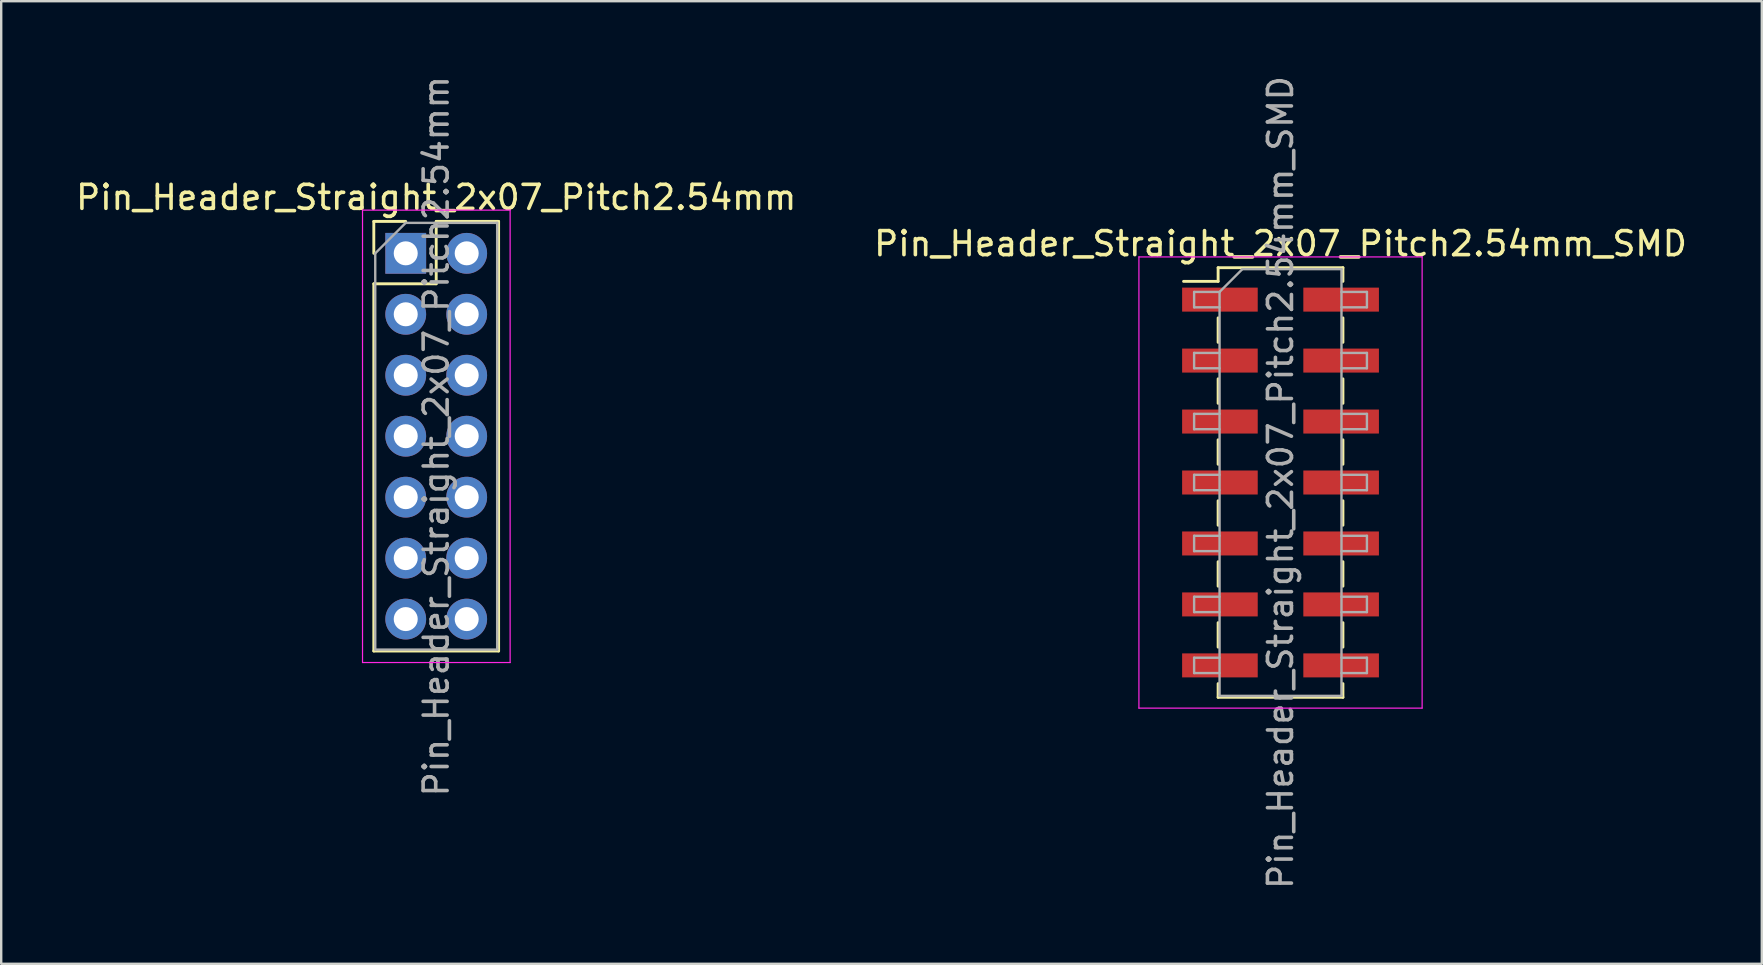
<source format=kicad_pcb>
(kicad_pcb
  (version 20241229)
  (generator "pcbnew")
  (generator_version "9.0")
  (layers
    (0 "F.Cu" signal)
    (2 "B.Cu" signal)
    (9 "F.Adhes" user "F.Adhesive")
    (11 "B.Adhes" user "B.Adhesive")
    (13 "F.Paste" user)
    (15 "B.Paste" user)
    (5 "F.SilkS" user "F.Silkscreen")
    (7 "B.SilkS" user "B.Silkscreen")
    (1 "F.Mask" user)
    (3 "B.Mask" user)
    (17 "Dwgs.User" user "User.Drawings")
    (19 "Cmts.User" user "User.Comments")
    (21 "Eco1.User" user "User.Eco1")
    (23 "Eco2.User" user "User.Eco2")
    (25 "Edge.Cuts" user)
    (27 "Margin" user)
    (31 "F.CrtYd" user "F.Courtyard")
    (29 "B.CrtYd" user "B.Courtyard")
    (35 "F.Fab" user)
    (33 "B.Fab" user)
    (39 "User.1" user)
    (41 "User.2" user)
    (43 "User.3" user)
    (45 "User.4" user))
  (footprint "Pin_Header_Straight_2x07_Pitch2.54mm"
    (layer "F.Cu")
    (at 13.855 7.505)
    (property "Reference" "Pin_Header_Straight_2x07_Pitch2.54mm" (at 1.27 -2.33 0) (layer "F.SilkS") (effects (font (size 1 1) (thickness 0.15))))
    (attr through_hole)
    (fp_line (start -1.33 -1.33) (end 0 -1.33) (stroke (width 0.12) (type solid)) (layer "F.SilkS"))
    (fp_line (start -1.33 0) (end -1.33 -1.33) (stroke (width 0.12) (type solid)) (layer "F.SilkS"))
    (fp_line (start -1.33 1.27) (end -1.33 16.57) (stroke (width 0.12) (type solid)) (layer "F.SilkS"))
    (fp_line (start -1.33 1.27) (end 1.27 1.27) (stroke (width 0.12) (type solid)) (layer "F.SilkS"))
    (fp_line (start -1.33 16.57) (end 3.87 16.57) (stroke (width 0.12) (type solid)) (layer "F.SilkS"))
    (fp_line (start 1.27 -1.33) (end 3.87 -1.33) (stroke (width 0.12) (type solid)) (layer "F.SilkS"))
    (fp_line (start 1.27 1.27) (end 1.27 -1.33) (stroke (width 0.12) (type solid)) (layer "F.SilkS"))
    (fp_line (start 3.87 -1.33) (end 3.87 16.57) (stroke (width 0.12) (type solid)) (layer "F.SilkS"))
    (fp_line (start -1.8 -1.8) (end -1.8 17.05) (stroke (width 0.05) (type solid)) (layer "F.CrtYd"))
    (fp_line (start -1.8 17.05) (end 4.35 17.05) (stroke (width 0.05) (type solid)) (layer "F.CrtYd"))
    (fp_line (start 4.35 -1.8) (end -1.8 -1.8) (stroke (width 0.05) (type solid)) (layer "F.CrtYd"))
    (fp_line (start 4.35 17.05) (end 4.35 -1.8) (stroke (width 0.05) (type solid)) (layer "F.CrtYd"))
    (fp_line (start -1.27 0) (end 0 -1.27) (stroke (width 0.1) (type solid)) (layer "F.Fab"))
    (fp_line (start -1.27 16.51) (end -1.27 0) (stroke (width 0.1) (type solid)) (layer "F.Fab"))
    (fp_line (start 0 -1.27) (end 3.81 -1.27) (stroke (width 0.1) (type solid)) (layer "F.Fab"))
    (fp_line (start 3.81 -1.27) (end 3.81 16.51) (stroke (width 0.1) (type solid)) (layer "F.Fab"))
    (fp_line (start 3.81 16.51) (end -1.27 16.51) (stroke (width 0.1) (type solid)) (layer "F.Fab"))
    (fp_text user "${REFERENCE}" (at 1.27 7.62 90) (layer "F.Fab") (effects (font (size 1 1) (thickness 0.15))))
    (pad "1" thru_hole rect (at 0 0) (size 1.7 1.7) (drill 1) (layers "*.Cu" "*.Mask"))
    (pad "2" thru_hole oval (at 2.54 0) (size 1.7 1.7) (drill 1) (layers "*.Cu" "*.Mask"))
    (pad "3" thru_hole oval (at 0 2.54) (size 1.7 1.7) (drill 1) (layers "*.Cu" "*.Mask"))
    (pad "4" thru_hole oval (at 2.54 2.54) (size 1.7 1.7) (drill 1) (layers "*.Cu" "*.Mask"))
    (pad "5" thru_hole oval (at 0 5.08) (size 1.7 1.7) (drill 1) (layers "*.Cu" "*.Mask"))
    (pad "6" thru_hole oval (at 2.54 5.08) (size 1.7 1.7) (drill 1) (layers "*.Cu" "*.Mask"))
    (pad "7" thru_hole oval (at 0 7.62) (size 1.7 1.7) (drill 1) (layers "*.Cu" "*.Mask"))
    (pad "8" thru_hole oval (at 2.54 7.62) (size 1.7 1.7) (drill 1) (layers "*.Cu" "*.Mask"))
    (pad "9" thru_hole oval (at 0 10.16) (size 1.7 1.7) (drill 1) (layers "*.Cu" "*.Mask"))
    (pad "10" thru_hole oval (at 2.54 10.16) (size 1.7 1.7) (drill 1) (layers "*.Cu" "*.Mask"))
    (pad "11" thru_hole oval (at 0 12.7) (size 1.7 1.7) (drill 1) (layers "*.Cu" "*.Mask"))
    (pad "12" thru_hole oval (at 2.54 12.7) (size 1.7 1.7) (drill 1) (layers "*.Cu" "*.Mask"))
    (pad "13" thru_hole oval (at 0 15.24) (size 1.7 1.7) (drill 1) (layers "*.Cu" "*.Mask"))
    (pad "14" thru_hole oval (at 2.54 15.24) (size 1.7 1.7) (drill 1) (layers "*.Cu" "*.Mask")))
  (footprint "Pin_Header_Straight_2x07_Pitch2.54mm_SMD"
    (layer "F.Cu")
    (at 50.304 17.054)
    (property "Reference" "Pin_Header_Straight_2x07_Pitch2.54mm_SMD" (at 0 -9.95 0) (layer "F.SilkS") (effects (font (size 1 1) (thickness 0.15))))
    (attr smd)
    (fp_line (start -4.04 -8.38) (end -2.6 -8.38) (stroke (width 0.12) (type solid)) (layer "F.SilkS"))
    (fp_line (start -2.6 -8.95) (end -2.6 -8.38) (stroke (width 0.12) (type solid)) (layer "F.SilkS"))
    (fp_line (start -2.6 -8.95) (end 2.6 -8.95) (stroke (width 0.12) (type solid)) (layer "F.SilkS"))
    (fp_line (start -2.6 -6.86) (end -2.6 -5.84) (stroke (width 0.12) (type solid)) (layer "F.SilkS"))
    (fp_line (start -2.6 -4.32) (end -2.6 -3.3) (stroke (width 0.12) (type solid)) (layer "F.SilkS"))
    (fp_line (start -2.6 -1.78) (end -2.6 -0.76) (stroke (width 0.12) (type solid)) (layer "F.SilkS"))
    (fp_line (start -2.6 0.76) (end -2.6 1.78) (stroke (width 0.12) (type solid)) (layer "F.SilkS"))
    (fp_line (start -2.6 3.3) (end -2.6 4.32) (stroke (width 0.12) (type solid)) (layer "F.SilkS"))
    (fp_line (start -2.6 5.84) (end -2.6 6.86) (stroke (width 0.12) (type solid)) (layer "F.SilkS"))
    (fp_line (start -2.6 8.38) (end -2.6 8.95) (stroke (width 0.12) (type solid)) (layer "F.SilkS"))
    (fp_line (start -2.6 8.95) (end 2.6 8.95) (stroke (width 0.12) (type solid)) (layer "F.SilkS"))
    (fp_line (start 2.6 -8.95) (end 2.6 -8.38) (stroke (width 0.12) (type solid)) (layer "F.SilkS"))
    (fp_line (start 2.6 -6.86) (end 2.6 -5.84) (stroke (width 0.12) (type solid)) (layer "F.SilkS"))
    (fp_line (start 2.6 -4.32) (end 2.6 -3.3) (stroke (width 0.12) (type solid)) (layer "F.SilkS"))
    (fp_line (start 2.6 -1.78) (end 2.6 -0.76) (stroke (width 0.12) (type solid)) (layer "F.SilkS"))
    (fp_line (start 2.6 0.76) (end 2.6 1.78) (stroke (width 0.12) (type solid)) (layer "F.SilkS"))
    (fp_line (start 2.6 3.3) (end 2.6 4.32) (stroke (width 0.12) (type solid)) (layer "F.SilkS"))
    (fp_line (start 2.6 5.84) (end 2.6 6.86) (stroke (width 0.12) (type solid)) (layer "F.SilkS"))
    (fp_line (start 2.6 8.38) (end 2.6 8.95) (stroke (width 0.12) (type solid)) (layer "F.SilkS"))
    (fp_line (start -5.9 -9.4) (end -5.9 9.4) (stroke (width 0.05) (type solid)) (layer "F.CrtYd"))
    (fp_line (start -5.9 9.4) (end 5.9 9.4) (stroke (width 0.05) (type solid)) (layer "F.CrtYd"))
    (fp_line (start 5.9 -9.4) (end -5.9 -9.4) (stroke (width 0.05) (type solid)) (layer "F.CrtYd"))
    (fp_line (start 5.9 9.4) (end 5.9 -9.4) (stroke (width 0.05) (type solid)) (layer "F.CrtYd"))
    (fp_line (start -3.6 -7.94) (end -3.6 -7.3) (stroke (width 0.1) (type solid)) (layer "F.Fab"))
    (fp_line (start -3.6 -7.3) (end -2.54 -7.3) (stroke (width 0.1) (type solid)) (layer "F.Fab"))
    (fp_line (start -3.6 -5.4) (end -3.6 -4.76) (stroke (width 0.1) (type solid)) (layer "F.Fab"))
    (fp_line (start -3.6 -4.76) (end -2.54 -4.76) (stroke (width 0.1) (type solid)) (layer "F.Fab"))
    (fp_line (start -3.6 -2.86) (end -3.6 -2.22) (stroke (width 0.1) (type solid)) (layer "F.Fab"))
    (fp_line (start -3.6 -2.22) (end -2.54 -2.22) (stroke (width 0.1) (type solid)) (layer "F.Fab"))
    (fp_line (start -3.6 -0.32) (end -3.6 0.32) (stroke (width 0.1) (type solid)) (layer "F.Fab"))
    (fp_line (start -3.6 0.32) (end -2.54 0.32) (stroke (width 0.1) (type solid)) (layer "F.Fab"))
    (fp_line (start -3.6 2.22) (end -3.6 2.86) (stroke (width 0.1) (type solid)) (layer "F.Fab"))
    (fp_line (start -3.6 2.86) (end -2.54 2.86) (stroke (width 0.1) (type solid)) (layer "F.Fab"))
    (fp_line (start -3.6 4.76) (end -3.6 5.4) (stroke (width 0.1) (type solid)) (layer "F.Fab"))
    (fp_line (start -3.6 5.4) (end -2.54 5.4) (stroke (width 0.1) (type solid)) (layer "F.Fab"))
    (fp_line (start -3.6 7.3) (end -3.6 7.94) (stroke (width 0.1) (type solid)) (layer "F.Fab"))
    (fp_line (start -3.6 7.94) (end -2.54 7.94) (stroke (width 0.1) (type solid)) (layer "F.Fab"))
    (fp_line (start -2.54 -7.94) (end -3.6 -7.94) (stroke (width 0.1) (type solid)) (layer "F.Fab"))
    (fp_line (start -2.54 -7.94) (end -1.59 -8.89) (stroke (width 0.1) (type solid)) (layer "F.Fab"))
    (fp_line (start -2.54 -5.4) (end -3.6 -5.4) (stroke (width 0.1) (type solid)) (layer "F.Fab"))
    (fp_line (start -2.54 -2.86) (end -3.6 -2.86) (stroke (width 0.1) (type solid)) (layer "F.Fab"))
    (fp_line (start -2.54 -0.32) (end -3.6 -0.32) (stroke (width 0.1) (type solid)) (layer "F.Fab"))
    (fp_line (start -2.54 2.22) (end -3.6 2.22) (stroke (width 0.1) (type solid)) (layer "F.Fab"))
    (fp_line (start -2.54 4.76) (end -3.6 4.76) (stroke (width 0.1) (type solid)) (layer "F.Fab"))
    (fp_line (start -2.54 7.3) (end -3.6 7.3) (stroke (width 0.1) (type solid)) (layer "F.Fab"))
    (fp_line (start -2.54 8.89) (end -2.54 -7.94) (stroke (width 0.1) (type solid)) (layer "F.Fab"))
    (fp_line (start -1.59 -8.89) (end 2.54 -8.89) (stroke (width 0.1) (type solid)) (layer "F.Fab"))
    (fp_line (start 2.54 -8.89) (end 2.54 8.89) (stroke (width 0.1) (type solid)) (layer "F.Fab"))
    (fp_line (start 2.54 -7.94) (end 3.6 -7.94) (stroke (width 0.1) (type solid)) (layer "F.Fab"))
    (fp_line (start 2.54 -5.4) (end 3.6 -5.4) (stroke (width 0.1) (type solid)) (layer "F.Fab"))
    (fp_line (start 2.54 -2.86) (end 3.6 -2.86) (stroke (width 0.1) (type solid)) (layer "F.Fab"))
    (fp_line (start 2.54 -0.32) (end 3.6 -0.32) (stroke (width 0.1) (type solid)) (layer "F.Fab"))
    (fp_line (start 2.54 2.22) (end 3.6 2.22) (stroke (width 0.1) (type solid)) (layer "F.Fab"))
    (fp_line (start 2.54 4.76) (end 3.6 4.76) (stroke (width 0.1) (type solid)) (layer "F.Fab"))
    (fp_line (start 2.54 7.3) (end 3.6 7.3) (stroke (width 0.1) (type solid)) (layer "F.Fab"))
    (fp_line (start 2.54 8.89) (end -2.54 8.89) (stroke (width 0.1) (type solid)) (layer "F.Fab"))
    (fp_line (start 3.6 -7.94) (end 3.6 -7.3) (stroke (width 0.1) (type solid)) (layer "F.Fab"))
    (fp_line (start 3.6 -7.3) (end 2.54 -7.3) (stroke (width 0.1) (type solid)) (layer "F.Fab"))
    (fp_line (start 3.6 -5.4) (end 3.6 -4.76) (stroke (width 0.1) (type solid)) (layer "F.Fab"))
    (fp_line (start 3.6 -4.76) (end 2.54 -4.76) (stroke (width 0.1) (type solid)) (layer "F.Fab"))
    (fp_line (start 3.6 -2.86) (end 3.6 -2.22) (stroke (width 0.1) (type solid)) (layer "F.Fab"))
    (fp_line (start 3.6 -2.22) (end 2.54 -2.22) (stroke (width 0.1) (type solid)) (layer "F.Fab"))
    (fp_line (start 3.6 -0.32) (end 3.6 0.32) (stroke (width 0.1) (type solid)) (layer "F.Fab"))
    (fp_line (start 3.6 0.32) (end 2.54 0.32) (stroke (width 0.1) (type solid)) (layer "F.Fab"))
    (fp_line (start 3.6 2.22) (end 3.6 2.86) (stroke (width 0.1) (type solid)) (layer "F.Fab"))
    (fp_line (start 3.6 2.86) (end 2.54 2.86) (stroke (width 0.1) (type solid)) (layer "F.Fab"))
    (fp_line (start 3.6 4.76) (end 3.6 5.4) (stroke (width 0.1) (type solid)) (layer "F.Fab"))
    (fp_line (start 3.6 5.4) (end 2.54 5.4) (stroke (width 0.1) (type solid)) (layer "F.Fab"))
    (fp_line (start 3.6 7.3) (end 3.6 7.94) (stroke (width 0.1) (type solid)) (layer "F.Fab"))
    (fp_line (start 3.6 7.94) (end 2.54 7.94) (stroke (width 0.1) (type solid)) (layer "F.Fab"))
    (fp_text user "${REFERENCE}" (at 0 0 90) (layer "F.Fab") (effects (font (size 1 1) (thickness 0.15))))
    (pad "1" smd rect (at -2.525 -7.62) (size 3.15 1) (layers "F.Cu" "F.Mask" "F.Paste"))
    (pad "2" smd rect (at 2.525 -7.62) (size 3.15 1) (layers "F.Cu" "F.Mask" "F.Paste"))
    (pad "3" smd rect (at -2.525 -5.08) (size 3.15 1) (layers "F.Cu" "F.Mask" "F.Paste"))
    (pad "4" smd rect (at 2.525 -5.08) (size 3.15 1) (layers "F.Cu" "F.Mask" "F.Paste"))
    (pad "5" smd rect (at -2.525 -2.54) (size 3.15 1) (layers "F.Cu" "F.Mask" "F.Paste"))
    (pad "6" smd rect (at 2.525 -2.54) (size 3.15 1) (layers "F.Cu" "F.Mask" "F.Paste"))
    (pad "7" smd rect (at -2.525 0) (size 3.15 1) (layers "F.Cu" "F.Mask" "F.Paste"))
    (pad "8" smd rect (at 2.525 0) (size 3.15 1) (layers "F.Cu" "F.Mask" "F.Paste"))
    (pad "9" smd rect (at -2.525 2.54) (size 3.15 1) (layers "F.Cu" "F.Mask" "F.Paste"))
    (pad "10" smd rect (at 2.525 2.54) (size 3.15 1) (layers "F.Cu" "F.Mask" "F.Paste"))
    (pad "11" smd rect (at -2.525 5.08) (size 3.15 1) (layers "F.Cu" "F.Mask" "F.Paste"))
    (pad "12" smd rect (at 2.525 5.08) (size 3.15 1) (layers "F.Cu" "F.Mask" "F.Paste"))
    (pad "13" smd rect (at -2.525 7.62) (size 3.15 1) (layers "F.Cu" "F.Mask" "F.Paste"))
    (pad "14" smd rect (at 2.525 7.62) (size 3.15 1) (layers "F.Cu" "F.Mask" "F.Paste")))
  (gr_rect
    (start -3 -3)
    (end 70.357 37.107)
    (stroke (width 0.1) (type default))
    (fill no)
    (layer "Edge.Cuts")))
</source>
